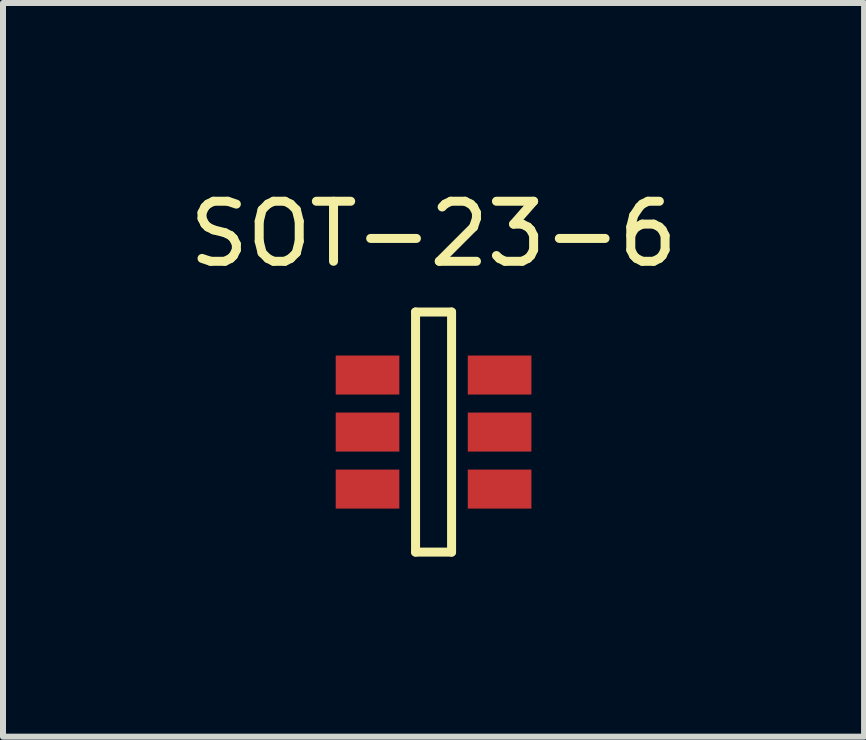
<source format=kicad_pcb>
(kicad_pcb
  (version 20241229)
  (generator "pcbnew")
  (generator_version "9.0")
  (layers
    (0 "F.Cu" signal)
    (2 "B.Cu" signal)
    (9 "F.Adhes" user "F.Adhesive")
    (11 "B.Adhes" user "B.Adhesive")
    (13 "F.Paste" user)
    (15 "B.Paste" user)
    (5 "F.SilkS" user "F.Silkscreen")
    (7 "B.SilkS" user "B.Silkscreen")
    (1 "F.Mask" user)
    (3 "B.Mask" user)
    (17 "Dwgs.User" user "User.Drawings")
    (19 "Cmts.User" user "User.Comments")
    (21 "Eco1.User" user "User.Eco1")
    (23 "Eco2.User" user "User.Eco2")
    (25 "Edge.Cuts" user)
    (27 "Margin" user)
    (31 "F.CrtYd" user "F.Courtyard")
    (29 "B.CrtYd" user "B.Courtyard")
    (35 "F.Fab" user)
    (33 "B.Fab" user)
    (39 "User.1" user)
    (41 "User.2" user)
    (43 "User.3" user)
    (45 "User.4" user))
  (footprint "SOT-23-6"
    (layer "F.Cu")
    (at 4.173 4.148)
    (property "Reference" "SOT-23-6" (at 0 -3.3 0) (layer "F.SilkS") (effects (font (size 1 1) (thickness 0.15))))
    (attr through_hole)
    (fp_line (start -0.3 -2) (end -0.3 2) (stroke (width 0.15) (type solid)) (layer "F.SilkS"))
    (fp_line (start -0.3 -2) (end 0.3 -2) (stroke (width 0.15) (type solid)) (layer "F.SilkS"))
    (fp_line (start -0.3 2) (end 0.3 2) (stroke (width 0.15) (type solid)) (layer "F.SilkS"))
    (fp_line (start 0.3 2) (end 0.3 -2) (stroke (width 0.15) (type solid)) (layer "F.SilkS"))
    (pad "1" smd rect (at -1.1 -0.95) (size 1.06 0.65) (layers "F.Cu" "F.Mask" "F.Paste"))
    (pad "2" smd rect (at -1.1 0) (size 1.06 0.65) (layers "F.Cu" "F.Mask" "F.Paste"))
    (pad "3" smd rect (at -1.1 0.95) (size 1.06 0.65) (layers "F.Cu" "F.Mask" "F.Paste"))
    (pad "4" smd rect (at 1.1 0.95) (size 1.06 0.65) (layers "F.Cu" "F.Mask" "F.Paste"))
    (pad "5" smd rect (at 1.1 0) (size 1.06 0.65) (layers "F.Cu" "F.Mask" "F.Paste"))
    (pad "6" smd rect (at 1.1 -0.95) (size 1.06 0.65) (layers "F.Cu" "F.Mask" "F.Paste")))
  (gr_rect
    (start -3 -3)
    (end 11.345 9.223)
    (stroke (width 0.1) (type default))
    (fill no)
    (layer "Edge.Cuts")))
</source>
